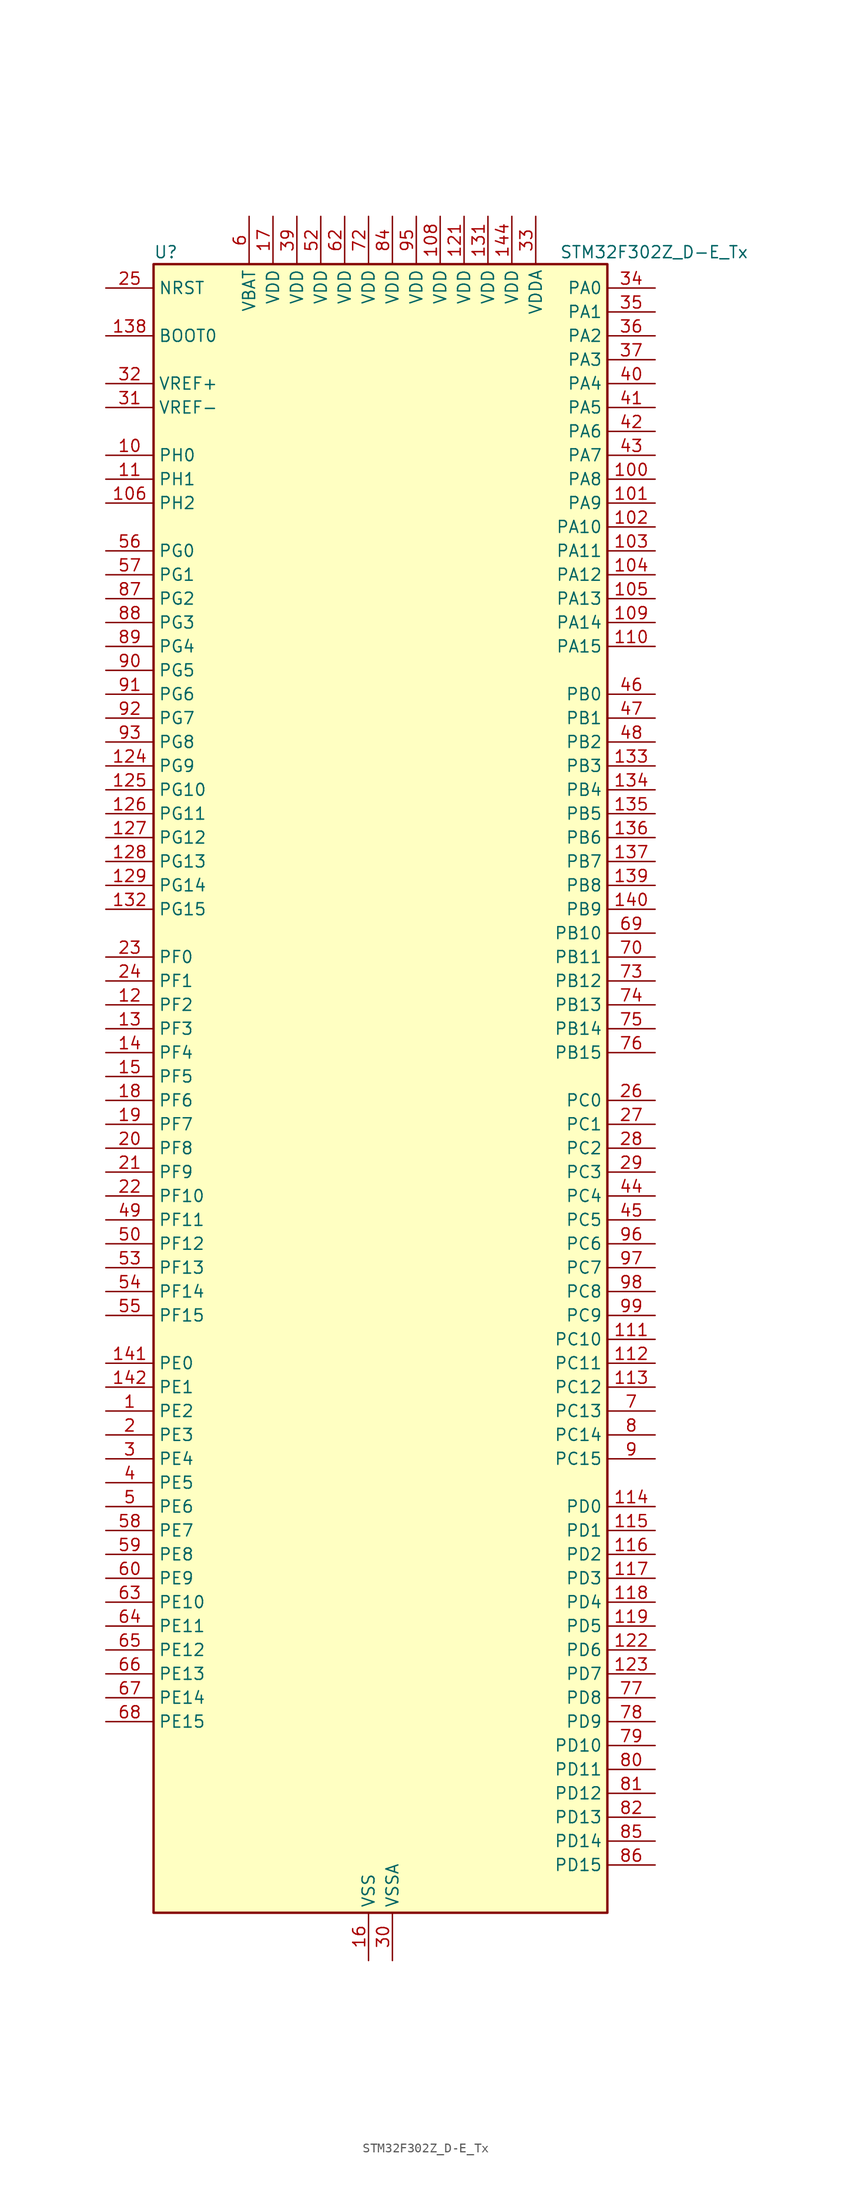
<source format=kicad_sym>
(kicad_symbol_lib
  (version 20231120)
  (generator "kicad_symbol_editor")
  (generator_version "8.0")
  (symbol "STM32F302Z_D-E_Tx"
    (property "Reference" "U"
      (at -22.86 90.17 0)
      (effects (font (size 1.27 1.27)) (justify left)))
    (property "Value" "STM32F302Z_D-E_Tx"
      (at 20.32 90.17 0)
      (effects (font (size 1.27 1.27)) (justify left)))
    (property "ki_locked" ""
      (at 0 0 0)
      (effects (font (size 1.27 1.27))))
    (symbol "STM32F302Z_D-E_Tx_0_1"
      (rectangle (start -22.86 -86.36) (end 25.4 88.9) (stroke (width 0.254) (type default)) (fill (type background))))
    (symbol "STM32F302Z_D-E_Tx_1_1"
      (pin bidirectional line (at -27.94 -33.02 0) (length 5.08) (name "PE2" (effects (font (size 1.27 1.27)))) (number "1" (effects (font (size 1.27 1.27)))) (alternate "FMC_A23" bidirectional line) (alternate "SPI4_SCK" bidirectional line) (alternate "SYS_TRACECK" bidirectional line) (alternate "TIM3_CH1" bidirectional line) (alternate "TSC_G7_IO1" bidirectional line))
      (pin bidirectional line (at -27.94 68.58 0) (length 5.08) (name "PH0" (effects (font (size 1.27 1.27)))) (number "10" (effects (font (size 1.27 1.27)))) (alternate "FMC_A0" bidirectional line))
      (pin bidirectional line (at 30.48 66.04 180) (length 5.08) (name "PA8" (effects (font (size 1.27 1.27)))) (number "100" (effects (font (size 1.27 1.27)))) (alternate "I2C2_SMBA" bidirectional line) (alternate "I2C3_SCL" bidirectional line) (alternate "I2S2_MCK" bidirectional line) (alternate "RCC_MCO" bidirectional line) (alternate "TIM1_CH1" bidirectional line) (alternate "TIM4_ETR" bidirectional line) (alternate "USART1_CK" bidirectional line))
      (pin bidirectional line (at 30.48 63.5 180) (length 5.08) (name "PA9" (effects (font (size 1.27 1.27)))) (number "101" (effects (font (size 1.27 1.27)))) (alternate "DAC1_EXTI9" bidirectional line) (alternate "I2C2_SCL" bidirectional line) (alternate "I2C3_SMBA" bidirectional line) (alternate "I2S3_MCK" bidirectional line) (alternate "TIM15_BKIN" bidirectional line) (alternate "TIM1_CH2" bidirectional line) (alternate "TIM2_CH3" bidirectional line) (alternate "TSC_G4_IO1" bidirectional line) (alternate "USART1_TX" bidirectional line))
      (pin bidirectional line (at 30.48 60.96 180) (length 5.08) (name "PA10" (effects (font (size 1.27 1.27)))) (number "102" (effects (font (size 1.27 1.27)))) (alternate "COMP6_OUT" bidirectional line) (alternate "I2C2_SDA" bidirectional line) (alternate "I2S2_ext_SD" bidirectional line) (alternate "SPI2_MISO" bidirectional line) (alternate "TIM17_BKIN" bidirectional line) (alternate "TIM1_CH3" bidirectional line) (alternate "TIM2_CH4" bidirectional line) (alternate "TSC_G4_IO2" bidirectional line) (alternate "USART1_RX" bidirectional line))
      (pin bidirectional line (at 30.48 58.42 180) (length 5.08) (name "PA11" (effects (font (size 1.27 1.27)))) (number "103" (effects (font (size 1.27 1.27)))) (alternate "ADC1_EXTI11" bidirectional line) (alternate "ADC2_EXTI11" bidirectional line) (alternate "CAN_RX" bidirectional line) (alternate "COMP1_OUT" bidirectional line) (alternate "I2S2_SD" bidirectional line) (alternate "SPI2_MOSI" bidirectional line) (alternate "TIM1_BKIN2" bidirectional line) (alternate "TIM1_CH1N" bidirectional line) (alternate "TIM1_CH4" bidirectional line) (alternate "TIM4_CH1" bidirectional line) (alternate "USART1_CTS" bidirectional line) (alternate "USB_DM" bidirectional line))
      (pin bidirectional line (at 30.48 55.88 180) (length 5.08) (name "PA12" (effects (font (size 1.27 1.27)))) (number "104" (effects (font (size 1.27 1.27)))) (alternate "CAN_TX" bidirectional line) (alternate "COMP2_OUT" bidirectional line) (alternate "I2S_CKIN" bidirectional line) (alternate "TIM16_CH1" bidirectional line) (alternate "TIM1_CH2N" bidirectional line) (alternate "TIM1_ETR" bidirectional line) (alternate "TIM4_CH2" bidirectional line) (alternate "USART1_DE" bidirectional line) (alternate "USART1_RTS" bidirectional line) (alternate "USB_DP" bidirectional line))
      (pin bidirectional line (at 30.48 53.34 180) (length 5.08) (name "PA13" (effects (font (size 1.27 1.27)))) (number "105" (effects (font (size 1.27 1.27)))) (alternate "IR_OUT" bidirectional line) (alternate "SYS_JTMS-SWDIO" bidirectional line) (alternate "TIM16_CH1N" bidirectional line) (alternate "TIM4_CH3" bidirectional line) (alternate "TSC_G4_IO3" bidirectional line) (alternate "USART3_CTS" bidirectional line))
      (pin bidirectional line (at -27.94 63.5 0) (length 5.08) (name "PH2" (effects (font (size 1.27 1.27)))) (number "106" (effects (font (size 1.27 1.27)))))
      (pin passive line (at 0 -91.44 90) (length 5.08) hide (name "VSS" (effects (font (size 1.27 1.27)))) (number "107" (effects (font (size 1.27 1.27)))))
      (pin power_in line (at 7.62 93.98 270) (length 5.08) (name "VDD" (effects (font (size 1.27 1.27)))) (number "108" (effects (font (size 1.27 1.27)))))
      (pin bidirectional line (at 30.48 50.8 180) (length 5.08) (name "PA14" (effects (font (size 1.27 1.27)))) (number "109" (effects (font (size 1.27 1.27)))) (alternate "I2C1_SDA" bidirectional line) (alternate "SYS_JTCK-SWCLK" bidirectional line) (alternate "TIM1_BKIN" bidirectional line) (alternate "TSC_G4_IO4" bidirectional line) (alternate "USART2_TX" bidirectional line))
      (pin bidirectional line (at -27.94 66.04 0) (length 5.08) (name "PH1" (effects (font (size 1.27 1.27)))) (number "11" (effects (font (size 1.27 1.27)))) (alternate "FMC_A1" bidirectional line))
      (pin bidirectional line (at 30.48 48.26 180) (length 5.08) (name "PA15" (effects (font (size 1.27 1.27)))) (number "110" (effects (font (size 1.27 1.27)))) (alternate "ADC1_EXTI15" bidirectional line) (alternate "ADC2_EXTI15" bidirectional line) (alternate "I2C1_SCL" bidirectional line) (alternate "I2S3_WS" bidirectional line) (alternate "SPI1_NSS" bidirectional line) (alternate "SPI3_NSS" bidirectional line) (alternate "SYS_JTDI" bidirectional line) (alternate "TIM1_BKIN" bidirectional line) (alternate "TIM2_CH1" bidirectional line) (alternate "TIM2_ETR" bidirectional line) (alternate "TSC_SYNC" bidirectional line) (alternate "USART2_RX" bidirectional line))
      (pin bidirectional line (at 30.48 -25.4 180) (length 5.08) (name "PC10" (effects (font (size 1.27 1.27)))) (number "111" (effects (font (size 1.27 1.27)))) (alternate "I2S3_CK" bidirectional line) (alternate "SPI3_SCK" bidirectional line) (alternate "UART4_TX" bidirectional line) (alternate "USART3_TX" bidirectional line))
      (pin bidirectional line (at 30.48 -27.94 180) (length 5.08) (name "PC11" (effects (font (size 1.27 1.27)))) (number "112" (effects (font (size 1.27 1.27)))) (alternate "ADC1_EXTI11" bidirectional line) (alternate "ADC2_EXTI11" bidirectional line) (alternate "I2S3_ext_SD" bidirectional line) (alternate "SPI3_MISO" bidirectional line) (alternate "UART4_RX" bidirectional line) (alternate "USART3_RX" bidirectional line))
      (pin bidirectional line (at 30.48 -30.48 180) (length 5.08) (name "PC12" (effects (font (size 1.27 1.27)))) (number "113" (effects (font (size 1.27 1.27)))) (alternate "I2S3_SD" bidirectional line) (alternate "SPI3_MOSI" bidirectional line) (alternate "UART5_TX" bidirectional line) (alternate "USART3_CK" bidirectional line))
      (pin bidirectional line (at 30.48 -43.18 180) (length 5.08) (name "PD0" (effects (font (size 1.27 1.27)))) (number "114" (effects (font (size 1.27 1.27)))) (alternate "CAN_RX" bidirectional line) (alternate "FMC_D2" bidirectional line) (alternate "FMC_DA2" bidirectional line))
      (pin bidirectional line (at 30.48 -45.72 180) (length 5.08) (name "PD1" (effects (font (size 1.27 1.27)))) (number "115" (effects (font (size 1.27 1.27)))) (alternate "CAN_TX" bidirectional line) (alternate "FMC_D3" bidirectional line) (alternate "FMC_DA3" bidirectional line))
      (pin bidirectional line (at 30.48 -48.26 180) (length 5.08) (name "PD2" (effects (font (size 1.27 1.27)))) (number "116" (effects (font (size 1.27 1.27)))) (alternate "TIM3_ETR" bidirectional line) (alternate "UART5_RX" bidirectional line))
      (pin bidirectional line (at 30.48 -50.8 180) (length 5.08) (name "PD3" (effects (font (size 1.27 1.27)))) (number "117" (effects (font (size 1.27 1.27)))) (alternate "FMC_CLK" bidirectional line) (alternate "TIM2_CH1" bidirectional line) (alternate "TIM2_ETR" bidirectional line) (alternate "USART2_CTS" bidirectional line))
      (pin bidirectional line (at 30.48 -53.34 180) (length 5.08) (name "PD4" (effects (font (size 1.27 1.27)))) (number "118" (effects (font (size 1.27 1.27)))) (alternate "FMC_NOE" bidirectional line) (alternate "TIM2_CH2" bidirectional line) (alternate "USART2_DE" bidirectional line) (alternate "USART2_RTS" bidirectional line))
      (pin bidirectional line (at 30.48 -55.88 180) (length 5.08) (name "PD5" (effects (font (size 1.27 1.27)))) (number "119" (effects (font (size 1.27 1.27)))) (alternate "FMC_NWE" bidirectional line) (alternate "USART2_TX" bidirectional line))
      (pin bidirectional line (at -27.94 10.16 0) (length 5.08) (name "PF2" (effects (font (size 1.27 1.27)))) (number "12" (effects (font (size 1.27 1.27)))) (alternate "ADC1_IN10" bidirectional line) (alternate "ADC2_IN10" bidirectional line) (alternate "FMC_A2" bidirectional line))
      (pin passive line (at 0 -91.44 90) (length 5.08) hide (name "VSS" (effects (font (size 1.27 1.27)))) (number "120" (effects (font (size 1.27 1.27)))))
      (pin power_in line (at 10.16 93.98 270) (length 5.08) (name "VDD" (effects (font (size 1.27 1.27)))) (number "121" (effects (font (size 1.27 1.27)))))
      (pin bidirectional line (at 30.48 -58.42 180) (length 5.08) (name "PD6" (effects (font (size 1.27 1.27)))) (number "122" (effects (font (size 1.27 1.27)))) (alternate "FMC_NWAIT" bidirectional line) (alternate "TIM2_CH4" bidirectional line) (alternate "USART2_RX" bidirectional line))
      (pin bidirectional line (at 30.48 -60.96 180) (length 5.08) (name "PD7" (effects (font (size 1.27 1.27)))) (number "123" (effects (font (size 1.27 1.27)))) (alternate "FMC_NCE2" bidirectional line) (alternate "FMC_NE1" bidirectional line) (alternate "TIM2_CH3" bidirectional line) (alternate "USART2_CK" bidirectional line))
      (pin bidirectional line (at -27.94 35.56 0) (length 5.08) (name "PG9" (effects (font (size 1.27 1.27)))) (number "124" (effects (font (size 1.27 1.27)))) (alternate "DAC1_EXTI9" bidirectional line) (alternate "FMC_NCE3" bidirectional line) (alternate "FMC_NE2" bidirectional line))
      (pin bidirectional line (at -27.94 33.02 0) (length 5.08) (name "PG10" (effects (font (size 1.27 1.27)))) (number "125" (effects (font (size 1.27 1.27)))) (alternate "FMC_NCE4_1" bidirectional line) (alternate "FMC_NE3" bidirectional line))
      (pin bidirectional line (at -27.94 30.48 0) (length 5.08) (name "PG11" (effects (font (size 1.27 1.27)))) (number "126" (effects (font (size 1.27 1.27)))) (alternate "ADC1_EXTI11" bidirectional line) (alternate "ADC2_EXTI11" bidirectional line) (alternate "FMC_NCE4_2" bidirectional line))
      (pin bidirectional line (at -27.94 27.94 0) (length 5.08) (name "PG12" (effects (font (size 1.27 1.27)))) (number "127" (effects (font (size 1.27 1.27)))) (alternate "FMC_NE4" bidirectional line))
      (pin bidirectional line (at -27.94 25.4 0) (length 5.08) (name "PG13" (effects (font (size 1.27 1.27)))) (number "128" (effects (font (size 1.27 1.27)))) (alternate "FMC_A24" bidirectional line))
      (pin bidirectional line (at -27.94 22.86 0) (length 5.08) (name "PG14" (effects (font (size 1.27 1.27)))) (number "129" (effects (font (size 1.27 1.27)))) (alternate "FMC_A25" bidirectional line))
      (pin bidirectional line (at -27.94 7.62 0) (length 5.08) (name "PF3" (effects (font (size 1.27 1.27)))) (number "13" (effects (font (size 1.27 1.27)))) (alternate "FMC_A3" bidirectional line))
      (pin passive line (at 0 -91.44 90) (length 5.08) hide (name "VSS" (effects (font (size 1.27 1.27)))) (number "130" (effects (font (size 1.27 1.27)))))
      (pin power_in line (at 12.7 93.98 270) (length 5.08) (name "VDD" (effects (font (size 1.27 1.27)))) (number "131" (effects (font (size 1.27 1.27)))))
      (pin bidirectional line (at -27.94 20.32 0) (length 5.08) (name "PG15" (effects (font (size 1.27 1.27)))) (number "132" (effects (font (size 1.27 1.27)))) (alternate "ADC1_EXTI15" bidirectional line) (alternate "ADC2_EXTI15" bidirectional line))
      (pin bidirectional line (at 30.48 35.56 180) (length 5.08) (name "PB3" (effects (font (size 1.27 1.27)))) (number "133" (effects (font (size 1.27 1.27)))) (alternate "I2S3_CK" bidirectional line) (alternate "SPI1_SCK" bidirectional line) (alternate "SPI3_SCK" bidirectional line) (alternate "SYS_JTDO-TRACESWO" bidirectional line) (alternate "TIM2_CH2" bidirectional line) (alternate "TIM3_ETR" bidirectional line) (alternate "TIM4_ETR" bidirectional line) (alternate "TSC_G5_IO1" bidirectional line) (alternate "USART2_TX" bidirectional line))
      (pin bidirectional line (at 30.48 33.02 180) (length 5.08) (name "PB4" (effects (font (size 1.27 1.27)))) (number "134" (effects (font (size 1.27 1.27)))) (alternate "I2S3_ext_SD" bidirectional line) (alternate "SPI1_MISO" bidirectional line) (alternate "SPI3_MISO" bidirectional line) (alternate "SYS_NJTRST" bidirectional line) (alternate "TIM16_CH1" bidirectional line) (alternate "TIM17_BKIN" bidirectional line) (alternate "TIM3_CH1" bidirectional line) (alternate "TSC_G5_IO2" bidirectional line) (alternate "USART2_RX" bidirectional line))
      (pin bidirectional line (at 30.48 30.48 180) (length 5.08) (name "PB5" (effects (font (size 1.27 1.27)))) (number "135" (effects (font (size 1.27 1.27)))) (alternate "I2C1_SMBA" bidirectional line) (alternate "I2C3_SDA" bidirectional line) (alternate "I2S3_SD" bidirectional line) (alternate "SPI1_MOSI" bidirectional line) (alternate "SPI3_MOSI" bidirectional line) (alternate "TIM16_BKIN" bidirectional line) (alternate "TIM17_CH1" bidirectional line) (alternate "TIM3_CH2" bidirectional line) (alternate "USART2_CK" bidirectional line))
      (pin bidirectional line (at 30.48 27.94 180) (length 5.08) (name "PB6" (effects (font (size 1.27 1.27)))) (number "136" (effects (font (size 1.27 1.27)))) (alternate "I2C1_SCL" bidirectional line) (alternate "TIM16_CH1N" bidirectional line) (alternate "TIM4_CH1" bidirectional line) (alternate "TSC_G5_IO3" bidirectional line) (alternate "USART1_TX" bidirectional line))
      (pin bidirectional line (at 30.48 25.4 180) (length 5.08) (name "PB7" (effects (font (size 1.27 1.27)))) (number "137" (effects (font (size 1.27 1.27)))) (alternate "FMC_NL" bidirectional line) (alternate "I2C1_SDA" bidirectional line) (alternate "TIM17_CH1N" bidirectional line) (alternate "TIM3_CH4" bidirectional line) (alternate "TIM4_CH2" bidirectional line) (alternate "TSC_G5_IO4" bidirectional line) (alternate "USART1_RX" bidirectional line))
      (pin input line (at -27.94 81.28 0) (length 5.08) (name "BOOT0" (effects (font (size 1.27 1.27)))) (number "138" (effects (font (size 1.27 1.27)))))
      (pin bidirectional line (at 30.48 22.86 180) (length 5.08) (name "PB8" (effects (font (size 1.27 1.27)))) (number "139" (effects (font (size 1.27 1.27)))) (alternate "CAN_RX" bidirectional line) (alternate "COMP1_OUT" bidirectional line) (alternate "I2C1_SCL" bidirectional line) (alternate "TIM16_CH1" bidirectional line) (alternate "TIM1_BKIN" bidirectional line) (alternate "TIM4_CH3" bidirectional line) (alternate "TSC_SYNC" bidirectional line) (alternate "USART3_RX" bidirectional line))
      (pin bidirectional line (at -27.94 5.08 0) (length 5.08) (name "PF4" (effects (font (size 1.27 1.27)))) (number "14" (effects (font (size 1.27 1.27)))) (alternate "ADC1_IN5" bidirectional line) (alternate "COMP1_OUT" bidirectional line) (alternate "FMC_A4" bidirectional line))
      (pin bidirectional line (at 30.48 20.32 180) (length 5.08) (name "PB9" (effects (font (size 1.27 1.27)))) (number "140" (effects (font (size 1.27 1.27)))) (alternate "CAN_TX" bidirectional line) (alternate "COMP2_OUT" bidirectional line) (alternate "DAC1_EXTI9" bidirectional line) (alternate "I2C1_SDA" bidirectional line) (alternate "IR_OUT" bidirectional line) (alternate "TIM17_CH1" bidirectional line) (alternate "TIM4_CH4" bidirectional line) (alternate "USART3_TX" bidirectional line))
      (pin bidirectional line (at -27.94 -27.94 0) (length 5.08) (name "PE0" (effects (font (size 1.27 1.27)))) (number "141" (effects (font (size 1.27 1.27)))) (alternate "FMC_NBL0" bidirectional line) (alternate "TIM16_CH1" bidirectional line) (alternate "TIM4_ETR" bidirectional line) (alternate "USART1_TX" bidirectional line))
      (pin bidirectional line (at -27.94 -30.48 0) (length 5.08) (name "PE1" (effects (font (size 1.27 1.27)))) (number "142" (effects (font (size 1.27 1.27)))) (alternate "FMC_NBL1" bidirectional line) (alternate "TIM17_CH1" bidirectional line) (alternate "USART1_RX" bidirectional line))
      (pin passive line (at 0 -91.44 90) (length 5.08) hide (name "VSS" (effects (font (size 1.27 1.27)))) (number "143" (effects (font (size 1.27 1.27)))))
      (pin power_in line (at 15.24 93.98 270) (length 5.08) (name "VDD" (effects (font (size 1.27 1.27)))) (number "144" (effects (font (size 1.27 1.27)))))
      (pin bidirectional line (at -27.94 2.54 0) (length 5.08) (name "PF5" (effects (font (size 1.27 1.27)))) (number "15" (effects (font (size 1.27 1.27)))) (alternate "FMC_A5" bidirectional line))
      (pin power_in line (at 0 -91.44 90) (length 5.08) (name "VSS" (effects (font (size 1.27 1.27)))) (number "16" (effects (font (size 1.27 1.27)))))
      (pin power_in line (at -10.16 93.98 270) (length 5.08) (name "VDD" (effects (font (size 1.27 1.27)))) (number "17" (effects (font (size 1.27 1.27)))))
      (pin bidirectional line (at -27.94 0 0) (length 5.08) (name "PF6" (effects (font (size 1.27 1.27)))) (number "18" (effects (font (size 1.27 1.27)))) (alternate "FMC_NIORD" bidirectional line) (alternate "I2C2_SCL" bidirectional line) (alternate "TIM4_CH4" bidirectional line) (alternate "USART3_DE" bidirectional line) (alternate "USART3_RTS" bidirectional line))
      (pin bidirectional line (at -27.94 -2.54 0) (length 5.08) (name "PF7" (effects (font (size 1.27 1.27)))) (number "19" (effects (font (size 1.27 1.27)))) (alternate "FMC_NREG" bidirectional line))
      (pin bidirectional line (at -27.94 -35.56 0) (length 5.08) (name "PE3" (effects (font (size 1.27 1.27)))) (number "2" (effects (font (size 1.27 1.27)))) (alternate "FMC_A19" bidirectional line) (alternate "SPI4_NSS" bidirectional line) (alternate "SYS_TRACED0" bidirectional line) (alternate "TIM3_CH2" bidirectional line) (alternate "TSC_G7_IO2" bidirectional line))
      (pin bidirectional line (at -27.94 -5.08 0) (length 5.08) (name "PF8" (effects (font (size 1.27 1.27)))) (number "20" (effects (font (size 1.27 1.27)))) (alternate "FMC_NIOWR" bidirectional line))
      (pin bidirectional line (at -27.94 -7.62 0) (length 5.08) (name "PF9" (effects (font (size 1.27 1.27)))) (number "21" (effects (font (size 1.27 1.27)))) (alternate "DAC1_EXTI9" bidirectional line) (alternate "FMC_CD" bidirectional line) (alternate "SPI2_SCK" bidirectional line) (alternate "TIM15_CH1" bidirectional line))
      (pin bidirectional line (at -27.94 -10.16 0) (length 5.08) (name "PF10" (effects (font (size 1.27 1.27)))) (number "22" (effects (font (size 1.27 1.27)))) (alternate "FMC_INTR" bidirectional line) (alternate "SPI2_SCK" bidirectional line) (alternate "TIM15_CH2" bidirectional line))
      (pin bidirectional line (at -27.94 15.24 0) (length 5.08) (name "PF0" (effects (font (size 1.27 1.27)))) (number "23" (effects (font (size 1.27 1.27)))) (alternate "I2C2_SDA" bidirectional line) (alternate "I2S2_WS" bidirectional line) (alternate "RCC_OSC_IN" bidirectional line) (alternate "SPI2_NSS" bidirectional line) (alternate "TIM1_CH3N" bidirectional line))
      (pin bidirectional line (at -27.94 12.7 0) (length 5.08) (name "PF1" (effects (font (size 1.27 1.27)))) (number "24" (effects (font (size 1.27 1.27)))) (alternate "I2C2_SCL" bidirectional line) (alternate "I2S2_CK" bidirectional line) (alternate "RCC_OSC_OUT" bidirectional line) (alternate "SPI2_SCK" bidirectional line))
      (pin input line (at -27.94 86.36 0) (length 5.08) (name "NRST" (effects (font (size 1.27 1.27)))) (number "25" (effects (font (size 1.27 1.27)))))
      (pin bidirectional line (at 30.48 0 180) (length 5.08) (name "PC0" (effects (font (size 1.27 1.27)))) (number "26" (effects (font (size 1.27 1.27)))) (alternate "ADC1_IN6" bidirectional line) (alternate "ADC2_IN6" bidirectional line) (alternate "TIM1_CH1" bidirectional line))
      (pin bidirectional line (at 30.48 -2.54 180) (length 5.08) (name "PC1" (effects (font (size 1.27 1.27)))) (number "27" (effects (font (size 1.27 1.27)))) (alternate "ADC1_IN7" bidirectional line) (alternate "ADC2_IN7" bidirectional line) (alternate "TIM1_CH2" bidirectional line))
      (pin bidirectional line (at 30.48 -5.08 180) (length 5.08) (name "PC2" (effects (font (size 1.27 1.27)))) (number "28" (effects (font (size 1.27 1.27)))) (alternate "ADC1_IN8" bidirectional line) (alternate "ADC2_IN8" bidirectional line) (alternate "TIM1_CH3" bidirectional line))
      (pin bidirectional line (at 30.48 -7.62 180) (length 5.08) (name "PC3" (effects (font (size 1.27 1.27)))) (number "29" (effects (font (size 1.27 1.27)))) (alternate "ADC1_IN9" bidirectional line) (alternate "ADC2_IN9" bidirectional line) (alternate "TIM1_BKIN2" bidirectional line) (alternate "TIM1_CH4" bidirectional line))
      (pin bidirectional line (at -27.94 -38.1 0) (length 5.08) (name "PE4" (effects (font (size 1.27 1.27)))) (number "3" (effects (font (size 1.27 1.27)))) (alternate "FMC_A20" bidirectional line) (alternate "SPI4_NSS" bidirectional line) (alternate "SYS_TRACED1" bidirectional line) (alternate "TIM3_CH3" bidirectional line) (alternate "TSC_G7_IO3" bidirectional line))
      (pin power_in line (at 2.54 -91.44 90) (length 5.08) (name "VSSA" (effects (font (size 1.27 1.27)))) (number "30" (effects (font (size 1.27 1.27)))))
      (pin input line (at -27.94 73.66 0) (length 5.08) (name "VREF-" (effects (font (size 1.27 1.27)))) (number "31" (effects (font (size 1.27 1.27)))))
      (pin input line (at -27.94 76.2 0) (length 5.08) (name "VREF+" (effects (font (size 1.27 1.27)))) (number "32" (effects (font (size 1.27 1.27)))))
      (pin power_in line (at 17.78 93.98 270) (length 5.08) (name "VDDA" (effects (font (size 1.27 1.27)))) (number "33" (effects (font (size 1.27 1.27)))))
      (pin bidirectional line (at 30.48 86.36 180) (length 5.08) (name "PA0" (effects (font (size 1.27 1.27)))) (number "34" (effects (font (size 1.27 1.27)))) (alternate "ADC1_IN1" bidirectional line) (alternate "COMP1_INM" bidirectional line) (alternate "COMP1_OUT" bidirectional line) (alternate "RTC_TAMP2" bidirectional line) (alternate "SYS_WKUP1" bidirectional line) (alternate "TIM2_CH1" bidirectional line) (alternate "TIM2_ETR" bidirectional line) (alternate "TSC_G1_IO1" bidirectional line) (alternate "USART2_CTS" bidirectional line))
      (pin bidirectional line (at 30.48 83.82 180) (length 5.08) (name "PA1" (effects (font (size 1.27 1.27)))) (number "35" (effects (font (size 1.27 1.27)))) (alternate "ADC1_IN2" bidirectional line) (alternate "COMP1_INP" bidirectional line) (alternate "OPAMP1_VINP" bidirectional line) (alternate "OPAMP1_VINP_SEC" bidirectional line) (alternate "RTC_REFIN" bidirectional line) (alternate "TIM15_CH1N" bidirectional line) (alternate "TIM2_CH2" bidirectional line) (alternate "TSC_G1_IO2" bidirectional line) (alternate "USART2_DE" bidirectional line) (alternate "USART2_RTS" bidirectional line))
      (pin bidirectional line (at 30.48 81.28 180) (length 5.08) (name "PA2" (effects (font (size 1.27 1.27)))) (number "36" (effects (font (size 1.27 1.27)))) (alternate "ADC1_IN3" bidirectional line) (alternate "COMP2_INM" bidirectional line) (alternate "COMP2_OUT" bidirectional line) (alternate "OPAMP1_VOUT" bidirectional line) (alternate "TIM15_CH1" bidirectional line) (alternate "TIM2_CH3" bidirectional line) (alternate "TSC_G1_IO3" bidirectional line) (alternate "USART2_TX" bidirectional line))
      (pin bidirectional line (at 30.48 78.74 180) (length 5.08) (name "PA3" (effects (font (size 1.27 1.27)))) (number "37" (effects (font (size 1.27 1.27)))) (alternate "ADC1_IN4" bidirectional line) (alternate "OPAMP1_VINM" bidirectional line) (alternate "OPAMP1_VINM_SEC" bidirectional line) (alternate "OPAMP1_VINP" bidirectional line) (alternate "OPAMP1_VINP_SEC" bidirectional line) (alternate "TIM15_CH2" bidirectional line) (alternate "TIM2_CH4" bidirectional line) (alternate "TSC_G1_IO4" bidirectional line) (alternate "USART2_RX" bidirectional line))
      (pin passive line (at 0 -91.44 90) (length 5.08) hide (name "VSS" (effects (font (size 1.27 1.27)))) (number "38" (effects (font (size 1.27 1.27)))))
      (pin power_in line (at -7.62 93.98 270) (length 5.08) (name "VDD" (effects (font (size 1.27 1.27)))) (number "39" (effects (font (size 1.27 1.27)))))
      (pin bidirectional line (at -27.94 -40.64 0) (length 5.08) (name "PE5" (effects (font (size 1.27 1.27)))) (number "4" (effects (font (size 1.27 1.27)))) (alternate "FMC_A21" bidirectional line) (alternate "SPI4_MISO" bidirectional line) (alternate "SYS_TRACED2" bidirectional line) (alternate "TIM3_CH4" bidirectional line) (alternate "TSC_G7_IO4" bidirectional line))
      (pin bidirectional line (at 30.48 76.2 180) (length 5.08) (name "PA4" (effects (font (size 1.27 1.27)))) (number "40" (effects (font (size 1.27 1.27)))) (alternate "ADC2_IN1" bidirectional line) (alternate "COMP1_INM" bidirectional line) (alternate "COMP2_INM" bidirectional line) (alternate "COMP4_INM" bidirectional line) (alternate "COMP6_INM" bidirectional line) (alternate "DAC1_OUT1" bidirectional line) (alternate "I2S3_WS" bidirectional line) (alternate "SPI1_NSS" bidirectional line) (alternate "SPI3_NSS" bidirectional line) (alternate "TIM3_CH2" bidirectional line) (alternate "TSC_G2_IO1" bidirectional line) (alternate "USART2_CK" bidirectional line))
      (pin bidirectional line (at 30.48 73.66 180) (length 5.08) (name "PA5" (effects (font (size 1.27 1.27)))) (number "41" (effects (font (size 1.27 1.27)))) (alternate "ADC2_IN2" bidirectional line) (alternate "COMP1_INM" bidirectional line) (alternate "COMP2_INM" bidirectional line) (alternate "COMP4_INM" bidirectional line) (alternate "COMP6_INM" bidirectional line) (alternate "OPAMP1_VINP" bidirectional line) (alternate "OPAMP1_VINP_SEC" bidirectional line) (alternate "OPAMP2_VINM" bidirectional line) (alternate "OPAMP2_VINM_SEC" bidirectional line) (alternate "SPI1_SCK" bidirectional line) (alternate "TIM2_CH1" bidirectional line) (alternate "TIM2_ETR" bidirectional line) (alternate "TSC_G2_IO2" bidirectional line))
      (pin bidirectional line (at 30.48 71.12 180) (length 5.08) (name "PA6" (effects (font (size 1.27 1.27)))) (number "42" (effects (font (size 1.27 1.27)))) (alternate "ADC2_IN3" bidirectional line) (alternate "COMP1_OUT" bidirectional line) (alternate "OPAMP2_VOUT" bidirectional line) (alternate "SPI1_MISO" bidirectional line) (alternate "TIM16_CH1" bidirectional line) (alternate "TIM1_BKIN" bidirectional line) (alternate "TIM3_CH1" bidirectional line) (alternate "TSC_G2_IO3" bidirectional line))
      (pin bidirectional line (at 30.48 68.58 180) (length 5.08) (name "PA7" (effects (font (size 1.27 1.27)))) (number "43" (effects (font (size 1.27 1.27)))) (alternate "ADC2_IN4" bidirectional line) (alternate "COMP2_INP" bidirectional line) (alternate "OPAMP1_VINP" bidirectional line) (alternate "OPAMP1_VINP_SEC" bidirectional line) (alternate "OPAMP2_VINP" bidirectional line) (alternate "OPAMP2_VINP_SEC" bidirectional line) (alternate "SPI1_MOSI" bidirectional line) (alternate "TIM17_CH1" bidirectional line) (alternate "TIM1_CH1N" bidirectional line) (alternate "TIM3_CH2" bidirectional line) (alternate "TSC_G2_IO4" bidirectional line))
      (pin bidirectional line (at 30.48 -10.16 180) (length 5.08) (name "PC4" (effects (font (size 1.27 1.27)))) (number "44" (effects (font (size 1.27 1.27)))) (alternate "ADC2_IN5" bidirectional line) (alternate "TIM1_ETR" bidirectional line) (alternate "USART1_TX" bidirectional line))
      (pin bidirectional line (at 30.48 -12.7 180) (length 5.08) (name "PC5" (effects (font (size 1.27 1.27)))) (number "45" (effects (font (size 1.27 1.27)))) (alternate "ADC2_IN11" bidirectional line) (alternate "OPAMP1_VINM" bidirectional line) (alternate "OPAMP1_VINM_SEC" bidirectional line) (alternate "OPAMP2_VINM" bidirectional line) (alternate "OPAMP2_VINM_SEC" bidirectional line) (alternate "TIM15_BKIN" bidirectional line) (alternate "TSC_G3_IO1" bidirectional line) (alternate "USART1_RX" bidirectional line))
      (pin bidirectional line (at 30.48 43.18 180) (length 5.08) (name "PB0" (effects (font (size 1.27 1.27)))) (number "46" (effects (font (size 1.27 1.27)))) (alternate "COMP4_INP" bidirectional line) (alternate "OPAMP2_VINP" bidirectional line) (alternate "OPAMP2_VINP_SEC" bidirectional line) (alternate "TIM1_CH2N" bidirectional line) (alternate "TIM3_CH3" bidirectional line) (alternate "TSC_G3_IO2" bidirectional line))
      (pin bidirectional line (at 30.48 40.64 180) (length 5.08) (name "PB1" (effects (font (size 1.27 1.27)))) (number "47" (effects (font (size 1.27 1.27)))) (alternate "COMP4_OUT" bidirectional line) (alternate "TIM1_CH3N" bidirectional line) (alternate "TIM3_CH4" bidirectional line) (alternate "TSC_G3_IO3" bidirectional line))
      (pin bidirectional line (at 30.48 38.1 180) (length 5.08) (name "PB2" (effects (font (size 1.27 1.27)))) (number "48" (effects (font (size 1.27 1.27)))) (alternate "ADC2_IN12" bidirectional line) (alternate "COMP4_INM" bidirectional line) (alternate "TSC_G3_IO4" bidirectional line))
      (pin bidirectional line (at -27.94 -12.7 0) (length 5.08) (name "PF11" (effects (font (size 1.27 1.27)))) (number "49" (effects (font (size 1.27 1.27)))) (alternate "ADC1_EXTI11" bidirectional line) (alternate "ADC2_EXTI11" bidirectional line))
      (pin bidirectional line (at -27.94 -43.18 0) (length 5.08) (name "PE6" (effects (font (size 1.27 1.27)))) (number "5" (effects (font (size 1.27 1.27)))) (alternate "FMC_A22" bidirectional line) (alternate "RTC_TAMP3" bidirectional line) (alternate "SPI4_MOSI" bidirectional line) (alternate "SYS_TRACED3" bidirectional line) (alternate "SYS_WKUP3" bidirectional line))
      (pin bidirectional line (at -27.94 -15.24 0) (length 5.08) (name "PF12" (effects (font (size 1.27 1.27)))) (number "50" (effects (font (size 1.27 1.27)))) (alternate "FMC_A6" bidirectional line))
      (pin passive line (at 0 -91.44 90) (length 5.08) hide (name "VSS" (effects (font (size 1.27 1.27)))) (number "51" (effects (font (size 1.27 1.27)))))
      (pin power_in line (at -5.08 93.98 270) (length 5.08) (name "VDD" (effects (font (size 1.27 1.27)))) (number "52" (effects (font (size 1.27 1.27)))))
      (pin bidirectional line (at -27.94 -17.78 0) (length 5.08) (name "PF13" (effects (font (size 1.27 1.27)))) (number "53" (effects (font (size 1.27 1.27)))) (alternate "FMC_A7" bidirectional line))
      (pin bidirectional line (at -27.94 -20.32 0) (length 5.08) (name "PF14" (effects (font (size 1.27 1.27)))) (number "54" (effects (font (size 1.27 1.27)))) (alternate "FMC_A8" bidirectional line))
      (pin bidirectional line (at -27.94 -22.86 0) (length 5.08) (name "PF15" (effects (font (size 1.27 1.27)))) (number "55" (effects (font (size 1.27 1.27)))) (alternate "ADC1_EXTI15" bidirectional line) (alternate "ADC2_EXTI15" bidirectional line) (alternate "FMC_A9" bidirectional line))
      (pin bidirectional line (at -27.94 58.42 0) (length 5.08) (name "PG0" (effects (font (size 1.27 1.27)))) (number "56" (effects (font (size 1.27 1.27)))) (alternate "FMC_A10" bidirectional line))
      (pin bidirectional line (at -27.94 55.88 0) (length 5.08) (name "PG1" (effects (font (size 1.27 1.27)))) (number "57" (effects (font (size 1.27 1.27)))) (alternate "FMC_A11" bidirectional line))
      (pin bidirectional line (at -27.94 -45.72 0) (length 5.08) (name "PE7" (effects (font (size 1.27 1.27)))) (number "58" (effects (font (size 1.27 1.27)))) (alternate "FMC_D4" bidirectional line) (alternate "FMC_DA4" bidirectional line) (alternate "TIM1_ETR" bidirectional line))
      (pin bidirectional line (at -27.94 -48.26 0) (length 5.08) (name "PE8" (effects (font (size 1.27 1.27)))) (number "59" (effects (font (size 1.27 1.27)))) (alternate "COMP4_INM" bidirectional line) (alternate "FMC_D5" bidirectional line) (alternate "FMC_DA5" bidirectional line) (alternate "TIM1_CH1N" bidirectional line))
      (pin power_in line (at -12.7 93.98 270) (length 5.08) (name "VBAT" (effects (font (size 1.27 1.27)))) (number "6" (effects (font (size 1.27 1.27)))))
      (pin bidirectional line (at -27.94 -50.8 0) (length 5.08) (name "PE9" (effects (font (size 1.27 1.27)))) (number "60" (effects (font (size 1.27 1.27)))) (alternate "DAC1_EXTI9" bidirectional line) (alternate "FMC_D6" bidirectional line) (alternate "FMC_DA6" bidirectional line) (alternate "TIM1_CH1" bidirectional line))
      (pin passive line (at 0 -91.44 90) (length 5.08) hide (name "VSS" (effects (font (size 1.27 1.27)))) (number "61" (effects (font (size 1.27 1.27)))))
      (pin power_in line (at -2.54 93.98 270) (length 5.08) (name "VDD" (effects (font (size 1.27 1.27)))) (number "62" (effects (font (size 1.27 1.27)))))
      (pin bidirectional line (at -27.94 -53.34 0) (length 5.08) (name "PE10" (effects (font (size 1.27 1.27)))) (number "63" (effects (font (size 1.27 1.27)))) (alternate "FMC_D7" bidirectional line) (alternate "FMC_DA7" bidirectional line) (alternate "TIM1_CH2N" bidirectional line))
      (pin bidirectional line (at -27.94 -55.88 0) (length 5.08) (name "PE11" (effects (font (size 1.27 1.27)))) (number "64" (effects (font (size 1.27 1.27)))) (alternate "ADC1_EXTI11" bidirectional line) (alternate "ADC2_EXTI11" bidirectional line) (alternate "FMC_D8" bidirectional line) (alternate "FMC_DA8" bidirectional line) (alternate "SPI4_NSS" bidirectional line) (alternate "TIM1_CH2" bidirectional line))
      (pin bidirectional line (at -27.94 -58.42 0) (length 5.08) (name "PE12" (effects (font (size 1.27 1.27)))) (number "65" (effects (font (size 1.27 1.27)))) (alternate "FMC_D9" bidirectional line) (alternate "FMC_DA9" bidirectional line) (alternate "SPI4_SCK" bidirectional line) (alternate "TIM1_CH3N" bidirectional line))
      (pin bidirectional line (at -27.94 -60.96 0) (length 5.08) (name "PE13" (effects (font (size 1.27 1.27)))) (number "66" (effects (font (size 1.27 1.27)))) (alternate "FMC_D10" bidirectional line) (alternate "FMC_DA10" bidirectional line) (alternate "SPI4_MISO" bidirectional line) (alternate "TIM1_CH3" bidirectional line))
      (pin bidirectional line (at -27.94 -63.5 0) (length 5.08) (name "PE14" (effects (font (size 1.27 1.27)))) (number "67" (effects (font (size 1.27 1.27)))) (alternate "FMC_D11" bidirectional line) (alternate "FMC_DA11" bidirectional line) (alternate "SPI4_MOSI" bidirectional line) (alternate "TIM1_BKIN2" bidirectional line) (alternate "TIM1_CH4" bidirectional line))
      (pin bidirectional line (at -27.94 -66.04 0) (length 5.08) (name "PE15" (effects (font (size 1.27 1.27)))) (number "68" (effects (font (size 1.27 1.27)))) (alternate "ADC1_EXTI15" bidirectional line) (alternate "ADC2_EXTI15" bidirectional line) (alternate "FMC_D12" bidirectional line) (alternate "FMC_DA12" bidirectional line) (alternate "TIM1_BKIN" bidirectional line) (alternate "USART3_RX" bidirectional line))
      (pin bidirectional line (at 30.48 17.78 180) (length 5.08) (name "PB10" (effects (font (size 1.27 1.27)))) (number "69" (effects (font (size 1.27 1.27)))) (alternate "TIM2_CH3" bidirectional line) (alternate "TSC_SYNC" bidirectional line) (alternate "USART3_TX" bidirectional line))
      (pin bidirectional line (at 30.48 -33.02 180) (length 5.08) (name "PC13" (effects (font (size 1.27 1.27)))) (number "7" (effects (font (size 1.27 1.27)))) (alternate "RTC_OUT_ALARM" bidirectional line) (alternate "RTC_OUT_CALIB" bidirectional line) (alternate "RTC_TAMP1" bidirectional line) (alternate "RTC_TS" bidirectional line) (alternate "SYS_WKUP2" bidirectional line) (alternate "TIM1_CH1N" bidirectional line))
      (pin bidirectional line (at 30.48 15.24 180) (length 5.08) (name "PB11" (effects (font (size 1.27 1.27)))) (number "70" (effects (font (size 1.27 1.27)))) (alternate "ADC1_EXTI11" bidirectional line) (alternate "ADC1_IN14" bidirectional line) (alternate "ADC2_EXTI11" bidirectional line) (alternate "ADC2_IN14" bidirectional line) (alternate "COMP6_INP" bidirectional line) (alternate "TIM2_CH4" bidirectional line) (alternate "TSC_G6_IO1" bidirectional line) (alternate "USART3_RX" bidirectional line))
      (pin passive line (at 0 -91.44 90) (length 5.08) hide (name "VSS" (effects (font (size 1.27 1.27)))) (number "71" (effects (font (size 1.27 1.27)))))
      (pin power_in line (at 0 93.98 270) (length 5.08) (name "VDD" (effects (font (size 1.27 1.27)))) (number "72" (effects (font (size 1.27 1.27)))))
      (pin bidirectional line (at 30.48 12.7 180) (length 5.08) (name "PB12" (effects (font (size 1.27 1.27)))) (number "73" (effects (font (size 1.27 1.27)))) (alternate "I2C2_SMBA" bidirectional line) (alternate "I2S2_WS" bidirectional line) (alternate "SPI2_NSS" bidirectional line) (alternate "TIM1_BKIN" bidirectional line) (alternate "TSC_G6_IO2" bidirectional line) (alternate "USART3_CK" bidirectional line))
      (pin bidirectional line (at 30.48 10.16 180) (length 5.08) (name "PB13" (effects (font (size 1.27 1.27)))) (number "74" (effects (font (size 1.27 1.27)))) (alternate "I2S2_CK" bidirectional line) (alternate "SPI2_SCK" bidirectional line) (alternate "TIM1_CH1N" bidirectional line) (alternate "TSC_G6_IO3" bidirectional line) (alternate "USART3_CTS" bidirectional line))
      (pin bidirectional line (at 30.48 7.62 180) (length 5.08) (name "PB14" (effects (font (size 1.27 1.27)))) (number "75" (effects (font (size 1.27 1.27)))) (alternate "I2S2_ext_SD" bidirectional line) (alternate "OPAMP2_VINP" bidirectional line) (alternate "OPAMP2_VINP_SEC" bidirectional line) (alternate "SPI2_MISO" bidirectional line) (alternate "TIM15_CH1" bidirectional line) (alternate "TIM1_CH2N" bidirectional line) (alternate "TSC_G6_IO4" bidirectional line) (alternate "USART3_DE" bidirectional line) (alternate "USART3_RTS" bidirectional line))
      (pin bidirectional line (at 30.48 5.08 180) (length 5.08) (name "PB15" (effects (font (size 1.27 1.27)))) (number "76" (effects (font (size 1.27 1.27)))) (alternate "ADC1_EXTI15" bidirectional line) (alternate "ADC2_EXTI15" bidirectional line) (alternate "COMP6_INM" bidirectional line) (alternate "I2S2_SD" bidirectional line) (alternate "RTC_REFIN" bidirectional line) (alternate "SPI2_MOSI" bidirectional line) (alternate "TIM15_CH1N" bidirectional line) (alternate "TIM15_CH2" bidirectional line) (alternate "TIM1_CH3N" bidirectional line))
      (pin bidirectional line (at 30.48 -63.5 180) (length 5.08) (name "PD8" (effects (font (size 1.27 1.27)))) (number "77" (effects (font (size 1.27 1.27)))) (alternate "FMC_D13" bidirectional line) (alternate "FMC_DA13" bidirectional line) (alternate "USART3_TX" bidirectional line))
      (pin bidirectional line (at 30.48 -66.04 180) (length 5.08) (name "PD9" (effects (font (size 1.27 1.27)))) (number "78" (effects (font (size 1.27 1.27)))) (alternate "DAC1_EXTI9" bidirectional line) (alternate "FMC_D14" bidirectional line) (alternate "FMC_DA14" bidirectional line) (alternate "USART3_RX" bidirectional line))
      (pin bidirectional line (at 30.48 -68.58 180) (length 5.08) (name "PD10" (effects (font (size 1.27 1.27)))) (number "79" (effects (font (size 1.27 1.27)))) (alternate "COMP6_INM" bidirectional line) (alternate "FMC_D15" bidirectional line) (alternate "FMC_DA15" bidirectional line) (alternate "USART3_CK" bidirectional line))
      (pin bidirectional line (at 30.48 -35.56 180) (length 5.08) (name "PC14" (effects (font (size 1.27 1.27)))) (number "8" (effects (font (size 1.27 1.27)))) (alternate "RCC_OSC32_IN" bidirectional line))
      (pin bidirectional line (at 30.48 -71.12 180) (length 5.08) (name "PD11" (effects (font (size 1.27 1.27)))) (number "80" (effects (font (size 1.27 1.27)))) (alternate "ADC1_EXTI11" bidirectional line) (alternate "ADC2_EXTI11" bidirectional line) (alternate "FMC_A16" bidirectional line) (alternate "FMC_CLE" bidirectional line) (alternate "USART3_CTS" bidirectional line))
      (pin bidirectional line (at 30.48 -73.66 180) (length 5.08) (name "PD12" (effects (font (size 1.27 1.27)))) (number "81" (effects (font (size 1.27 1.27)))) (alternate "FMC_A17" bidirectional line) (alternate "FMC_ALE" bidirectional line) (alternate "TIM4_CH1" bidirectional line) (alternate "TSC_G8_IO1" bidirectional line) (alternate "USART3_DE" bidirectional line) (alternate "USART3_RTS" bidirectional line))
      (pin bidirectional line (at 30.48 -76.2 180) (length 5.08) (name "PD13" (effects (font (size 1.27 1.27)))) (number "82" (effects (font (size 1.27 1.27)))) (alternate "FMC_A18" bidirectional line) (alternate "TIM4_CH2" bidirectional line) (alternate "TSC_G8_IO2" bidirectional line))
      (pin passive line (at 0 -91.44 90) (length 5.08) hide (name "VSS" (effects (font (size 1.27 1.27)))) (number "83" (effects (font (size 1.27 1.27)))))
      (pin power_in line (at 2.54 93.98 270) (length 5.08) (name "VDD" (effects (font (size 1.27 1.27)))) (number "84" (effects (font (size 1.27 1.27)))))
      (pin bidirectional line (at 30.48 -78.74 180) (length 5.08) (name "PD14" (effects (font (size 1.27 1.27)))) (number "85" (effects (font (size 1.27 1.27)))) (alternate "FMC_D0" bidirectional line) (alternate "FMC_DA0" bidirectional line) (alternate "OPAMP2_VINP" bidirectional line) (alternate "OPAMP2_VINP_SEC" bidirectional line) (alternate "TIM4_CH3" bidirectional line) (alternate "TSC_G8_IO3" bidirectional line))
      (pin bidirectional line (at 30.48 -81.28 180) (length 5.08) (name "PD15" (effects (font (size 1.27 1.27)))) (number "86" (effects (font (size 1.27 1.27)))) (alternate "ADC1_EXTI15" bidirectional line) (alternate "ADC2_EXTI15" bidirectional line) (alternate "FMC_D1" bidirectional line) (alternate "FMC_DA1" bidirectional line) (alternate "SPI2_NSS" bidirectional line) (alternate "TIM4_CH4" bidirectional line) (alternate "TSC_G8_IO4" bidirectional line))
      (pin bidirectional line (at -27.94 53.34 0) (length 5.08) (name "PG2" (effects (font (size 1.27 1.27)))) (number "87" (effects (font (size 1.27 1.27)))) (alternate "FMC_A12" bidirectional line))
      (pin bidirectional line (at -27.94 50.8 0) (length 5.08) (name "PG3" (effects (font (size 1.27 1.27)))) (number "88" (effects (font (size 1.27 1.27)))) (alternate "FMC_A13" bidirectional line))
      (pin bidirectional line (at -27.94 48.26 0) (length 5.08) (name "PG4" (effects (font (size 1.27 1.27)))) (number "89" (effects (font (size 1.27 1.27)))) (alternate "FMC_A14" bidirectional line))
      (pin bidirectional line (at 30.48 -38.1 180) (length 5.08) (name "PC15" (effects (font (size 1.27 1.27)))) (number "9" (effects (font (size 1.27 1.27)))) (alternate "ADC1_EXTI15" bidirectional line) (alternate "ADC2_EXTI15" bidirectional line) (alternate "RCC_OSC32_OUT" bidirectional line))
      (pin bidirectional line (at -27.94 45.72 0) (length 5.08) (name "PG5" (effects (font (size 1.27 1.27)))) (number "90" (effects (font (size 1.27 1.27)))) (alternate "FMC_A15" bidirectional line))
      (pin bidirectional line (at -27.94 43.18 0) (length 5.08) (name "PG6" (effects (font (size 1.27 1.27)))) (number "91" (effects (font (size 1.27 1.27)))) (alternate "FMC_INT2" bidirectional line))
      (pin bidirectional line (at -27.94 40.64 0) (length 5.08) (name "PG7" (effects (font (size 1.27 1.27)))) (number "92" (effects (font (size 1.27 1.27)))) (alternate "FMC_INT3" bidirectional line))
      (pin bidirectional line (at -27.94 38.1 0) (length 5.08) (name "PG8" (effects (font (size 1.27 1.27)))) (number "93" (effects (font (size 1.27 1.27)))))
      (pin passive line (at 0 -91.44 90) (length 5.08) hide (name "VSS" (effects (font (size 1.27 1.27)))) (number "94" (effects (font (size 1.27 1.27)))))
      (pin power_in line (at 5.08 93.98 270) (length 5.08) (name "VDD" (effects (font (size 1.27 1.27)))) (number "95" (effects (font (size 1.27 1.27)))))
      (pin bidirectional line (at 30.48 -15.24 180) (length 5.08) (name "PC6" (effects (font (size 1.27 1.27)))) (number "96" (effects (font (size 1.27 1.27)))) (alternate "COMP6_OUT" bidirectional line) (alternate "I2S2_MCK" bidirectional line) (alternate "TIM3_CH1" bidirectional line))
      (pin bidirectional line (at 30.48 -17.78 180) (length 5.08) (name "PC7" (effects (font (size 1.27 1.27)))) (number "97" (effects (font (size 1.27 1.27)))) (alternate "I2S3_MCK" bidirectional line) (alternate "TIM3_CH2" bidirectional line))
      (pin bidirectional line (at 30.48 -20.32 180) (length 5.08) (name "PC8" (effects (font (size 1.27 1.27)))) (number "98" (effects (font (size 1.27 1.27)))) (alternate "TIM3_CH3" bidirectional line))
      (pin bidirectional line (at 30.48 -22.86 180) (length 5.08) (name "PC9" (effects (font (size 1.27 1.27)))) (number "99" (effects (font (size 1.27 1.27)))) (alternate "DAC1_EXTI9" bidirectional line) (alternate "I2C3_SDA" bidirectional line) (alternate "I2S_CKIN" bidirectional line) (alternate "TIM3_CH4" bidirectional line)))))
</source>
